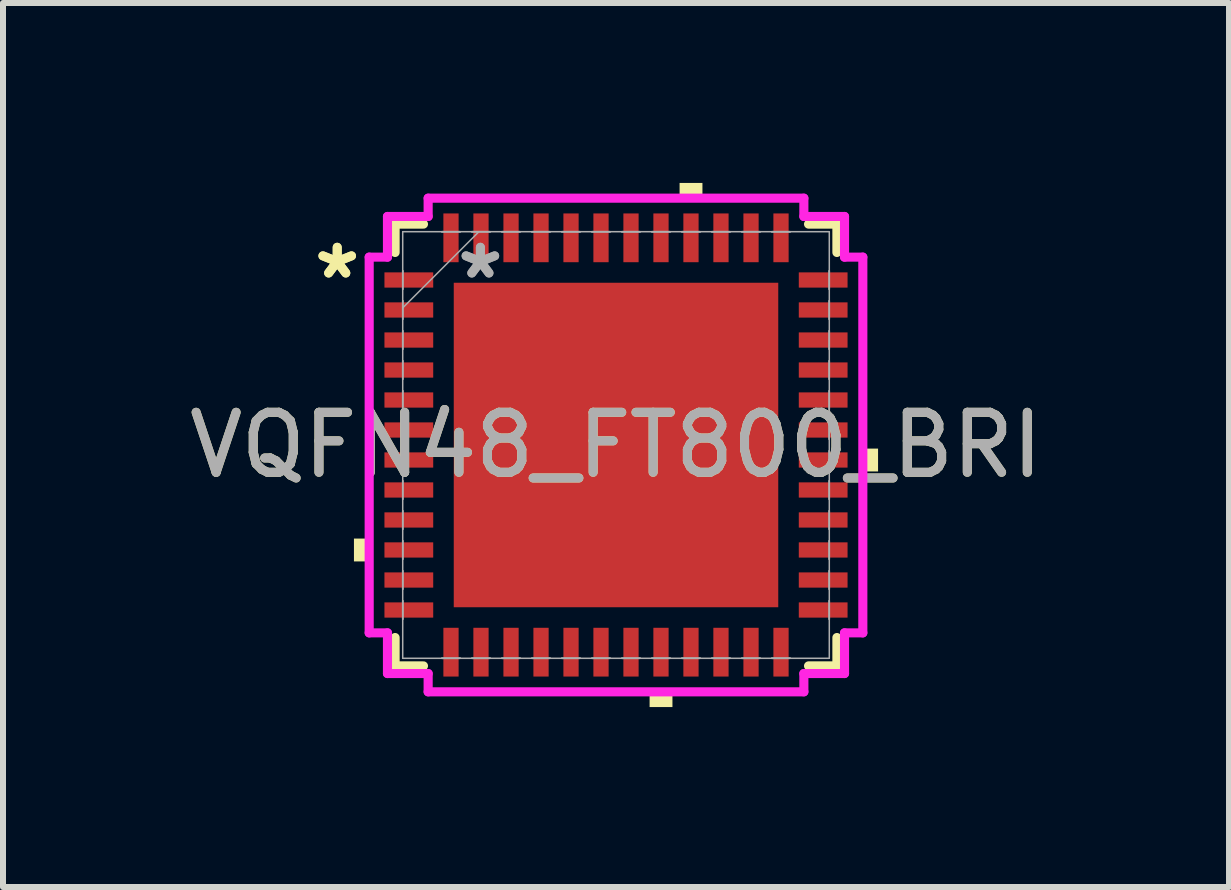
<source format=kicad_pcb>
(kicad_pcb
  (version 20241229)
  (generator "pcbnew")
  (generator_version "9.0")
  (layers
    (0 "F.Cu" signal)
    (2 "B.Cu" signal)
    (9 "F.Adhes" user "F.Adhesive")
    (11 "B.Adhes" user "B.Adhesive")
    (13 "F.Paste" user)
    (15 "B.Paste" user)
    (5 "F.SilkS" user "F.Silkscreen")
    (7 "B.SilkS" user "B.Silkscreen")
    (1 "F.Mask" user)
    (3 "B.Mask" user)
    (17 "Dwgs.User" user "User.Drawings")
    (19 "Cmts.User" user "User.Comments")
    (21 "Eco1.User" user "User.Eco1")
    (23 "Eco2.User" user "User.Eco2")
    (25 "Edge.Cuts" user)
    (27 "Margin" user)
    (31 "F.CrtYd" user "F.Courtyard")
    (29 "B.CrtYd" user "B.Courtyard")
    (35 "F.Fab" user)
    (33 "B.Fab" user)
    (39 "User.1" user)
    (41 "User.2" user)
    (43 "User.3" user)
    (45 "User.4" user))
  (footprint "VQFN48_FT800_BRI"
    (layer "F.Cu")
    (at 7.22 4.369)
    (property "Reference" "VQFN48_FT800_BRI" (at 0 0 0) (unlocked yes) (layer "F.SilkS") (effects (font (size 1 1) (thickness 0.15))))
    (attr smd)
    (fp_line (start -3.683 -3.683) (end -3.683 -3.21) (stroke (width 0.152) (type solid)) (layer "F.SilkS"))
    (fp_line (start -3.683 3.21) (end -3.683 3.683) (stroke (width 0.152) (type solid)) (layer "F.SilkS"))
    (fp_line (start -3.683 3.683) (end -3.21 3.683) (stroke (width 0.152) (type solid)) (layer "F.SilkS"))
    (fp_line (start -3.21 -3.683) (end -3.683 -3.683) (stroke (width 0.152) (type solid)) (layer "F.SilkS"))
    (fp_line (start 3.21 3.683) (end 3.683 3.683) (stroke (width 0.152) (type solid)) (layer "F.SilkS"))
    (fp_line (start 3.683 -3.683) (end 3.21 -3.683) (stroke (width 0.152) (type solid)) (layer "F.SilkS"))
    (fp_line (start 3.683 -3.21) (end 3.683 -3.683) (stroke (width 0.152) (type solid)) (layer "F.SilkS"))
    (fp_line (start 3.683 3.683) (end 3.683 3.21) (stroke (width 0.152) (type solid)) (layer "F.SilkS"))
    (fp_poly (pts (xy -4.369 1.56) (xy -4.369 1.941) (xy -4.115 1.941) (xy -4.115 1.56)) (stroke (width 0) (type solid)) (fill yes) (layer "F.SilkS"))
    (fp_poly (pts (xy 0.56 4.115) (xy 0.56 4.369) (xy 0.941 4.369) (xy 0.941 4.115)) (stroke (width 0) (type solid)) (fill yes) (layer "F.SilkS"))
    (fp_poly (pts (xy 1.06 -4.115) (xy 1.06 -4.369) (xy 1.441 -4.369) (xy 1.441 -4.115)) (stroke (width 0) (type solid)) (fill yes) (layer "F.SilkS"))
    (fp_poly (pts (xy 4.369 0.06) (xy 4.369 0.441) (xy 4.115 0.441) (xy 4.115 0.06)) (stroke (width 0) (type solid)) (fill yes) (layer "F.SilkS"))
    (fp_line (start -4.115 -3.132) (end -3.81 -3.132) (stroke (width 0.152) (type solid)) (layer "F.CrtYd"))
    (fp_line (start -4.115 3.132) (end -4.115 -3.132) (stroke (width 0.152) (type solid)) (layer "F.CrtYd"))
    (fp_line (start -3.81 -3.81) (end -3.132 -3.81) (stroke (width 0.152) (type solid)) (layer "F.CrtYd"))
    (fp_line (start -3.81 -3.132) (end -3.81 -3.81) (stroke (width 0.152) (type solid)) (layer "F.CrtYd"))
    (fp_line (start -3.81 3.132) (end -4.115 3.132) (stroke (width 0.152) (type solid)) (layer "F.CrtYd"))
    (fp_line (start -3.81 3.81) (end -3.81 3.132) (stroke (width 0.152) (type solid)) (layer "F.CrtYd"))
    (fp_line (start -3.132 -4.115) (end 3.132 -4.115) (stroke (width 0.152) (type solid)) (layer "F.CrtYd"))
    (fp_line (start -3.132 -3.81) (end -3.132 -4.115) (stroke (width 0.152) (type solid)) (layer "F.CrtYd"))
    (fp_line (start -3.132 3.81) (end -3.81 3.81) (stroke (width 0.152) (type solid)) (layer "F.CrtYd"))
    (fp_line (start -3.132 4.115) (end -3.132 3.81) (stroke (width 0.152) (type solid)) (layer "F.CrtYd"))
    (fp_line (start 3.132 -4.115) (end 3.132 -3.81) (stroke (width 0.152) (type solid)) (layer "F.CrtYd"))
    (fp_line (start 3.132 -3.81) (end 3.81 -3.81) (stroke (width 0.152) (type solid)) (layer "F.CrtYd"))
    (fp_line (start 3.132 3.81) (end 3.132 4.115) (stroke (width 0.152) (type solid)) (layer "F.CrtYd"))
    (fp_line (start 3.132 4.115) (end -3.132 4.115) (stroke (width 0.152) (type solid)) (layer "F.CrtYd"))
    (fp_line (start 3.81 -3.81) (end 3.81 -3.132) (stroke (width 0.152) (type solid)) (layer "F.CrtYd"))
    (fp_line (start 3.81 -3.132) (end 4.115 -3.132) (stroke (width 0.152) (type solid)) (layer "F.CrtYd"))
    (fp_line (start 3.81 3.132) (end 3.81 3.81) (stroke (width 0.152) (type solid)) (layer "F.CrtYd"))
    (fp_line (start 3.81 3.81) (end 3.132 3.81) (stroke (width 0.152) (type solid)) (layer "F.CrtYd"))
    (fp_line (start 4.115 -3.132) (end 4.115 3.132) (stroke (width 0.152) (type solid)) (layer "F.CrtYd"))
    (fp_line (start 4.115 3.132) (end 3.81 3.132) (stroke (width 0.152) (type solid)) (layer "F.CrtYd"))
    (fp_line (start -3.556 -3.556) (end -3.556 3.556) (stroke (width 0.025) (type solid)) (layer "F.Fab"))
    (fp_line (start -3.556 -2.903) (end -3.556 -2.903) (stroke (width 0.025) (type solid)) (layer "F.Fab"))
    (fp_line (start -3.556 -2.903) (end -3.556 -2.598) (stroke (width 0.025) (type solid)) (layer "F.Fab"))
    (fp_line (start -3.556 -2.598) (end -3.556 -2.903) (stroke (width 0.025) (type solid)) (layer "F.Fab"))
    (fp_line (start -3.556 -2.598) (end -3.556 -2.598) (stroke (width 0.025) (type solid)) (layer "F.Fab"))
    (fp_line (start -3.556 -2.403) (end -3.556 -2.403) (stroke (width 0.025) (type solid)) (layer "F.Fab"))
    (fp_line (start -3.556 -2.403) (end -3.556 -2.098) (stroke (width 0.025) (type solid)) (layer "F.Fab"))
    (fp_line (start -3.556 -2.286) (end -2.286 -3.556) (stroke (width 0.025) (type solid)) (layer "F.Fab"))
    (fp_line (start -3.556 -2.098) (end -3.556 -2.403) (stroke (width 0.025) (type solid)) (layer "F.Fab"))
    (fp_line (start -3.556 -2.098) (end -3.556 -2.098) (stroke (width 0.025) (type solid)) (layer "F.Fab"))
    (fp_line (start -3.556 -1.903) (end -3.556 -1.903) (stroke (width 0.025) (type solid)) (layer "F.Fab"))
    (fp_line (start -3.556 -1.903) (end -3.556 -1.598) (stroke (width 0.025) (type solid)) (layer "F.Fab"))
    (fp_line (start -3.556 -1.598) (end -3.556 -1.903) (stroke (width 0.025) (type solid)) (layer "F.Fab"))
    (fp_line (start -3.556 -1.598) (end -3.556 -1.598) (stroke (width 0.025) (type solid)) (layer "F.Fab"))
    (fp_line (start -3.556 -1.403) (end -3.556 -1.403) (stroke (width 0.025) (type solid)) (layer "F.Fab"))
    (fp_line (start -3.556 -1.403) (end -3.556 -1.098) (stroke (width 0.025) (type solid)) (layer "F.Fab"))
    (fp_line (start -3.556 -1.098) (end -3.556 -1.403) (stroke (width 0.025) (type solid)) (layer "F.Fab"))
    (fp_line (start -3.556 -1.098) (end -3.556 -1.098) (stroke (width 0.025) (type solid)) (layer "F.Fab"))
    (fp_line (start -3.556 -0.903) (end -3.556 -0.903) (stroke (width 0.025) (type solid)) (layer "F.Fab"))
    (fp_line (start -3.556 -0.903) (end -3.556 -0.598) (stroke (width 0.025) (type solid)) (layer "F.Fab"))
    (fp_line (start -3.556 -0.598) (end -3.556 -0.903) (stroke (width 0.025) (type solid)) (layer "F.Fab"))
    (fp_line (start -3.556 -0.598) (end -3.556 -0.598) (stroke (width 0.025) (type solid)) (layer "F.Fab"))
    (fp_line (start -3.556 -0.402) (end -3.556 -0.402) (stroke (width 0.025) (type solid)) (layer "F.Fab"))
    (fp_line (start -3.556 -0.402) (end -3.556 -0.098) (stroke (width 0.025) (type solid)) (layer "F.Fab"))
    (fp_line (start -3.556 -0.098) (end -3.556 -0.402) (stroke (width 0.025) (type solid)) (layer "F.Fab"))
    (fp_line (start -3.556 -0.098) (end -3.556 -0.098) (stroke (width 0.025) (type solid)) (layer "F.Fab"))
    (fp_line (start -3.556 0.098) (end -3.556 0.098) (stroke (width 0.025) (type solid)) (layer "F.Fab"))
    (fp_line (start -3.556 0.098) (end -3.556 0.402) (stroke (width 0.025) (type solid)) (layer "F.Fab"))
    (fp_line (start -3.556 0.402) (end -3.556 0.098) (stroke (width 0.025) (type solid)) (layer "F.Fab"))
    (fp_line (start -3.556 0.402) (end -3.556 0.402) (stroke (width 0.025) (type solid)) (layer "F.Fab"))
    (fp_line (start -3.556 0.598) (end -3.556 0.598) (stroke (width 0.025) (type solid)) (layer "F.Fab"))
    (fp_line (start -3.556 0.598) (end -3.556 0.903) (stroke (width 0.025) (type solid)) (layer "F.Fab"))
    (fp_line (start -3.556 0.903) (end -3.556 0.598) (stroke (width 0.025) (type solid)) (layer "F.Fab"))
    (fp_line (start -3.556 0.903) (end -3.556 0.903) (stroke (width 0.025) (type solid)) (layer "F.Fab"))
    (fp_line (start -3.556 1.098) (end -3.556 1.098) (stroke (width 0.025) (type solid)) (layer "F.Fab"))
    (fp_line (start -3.556 1.098) (end -3.556 1.403) (stroke (width 0.025) (type solid)) (layer "F.Fab"))
    (fp_line (start -3.556 1.403) (end -3.556 1.098) (stroke (width 0.025) (type solid)) (layer "F.Fab"))
    (fp_line (start -3.556 1.403) (end -3.556 1.403) (stroke (width 0.025) (type solid)) (layer "F.Fab"))
    (fp_line (start -3.556 1.598) (end -3.556 1.598) (stroke (width 0.025) (type solid)) (layer "F.Fab"))
    (fp_line (start -3.556 1.598) (end -3.556 1.903) (stroke (width 0.025) (type solid)) (layer "F.Fab"))
    (fp_line (start -3.556 1.903) (end -3.556 1.598) (stroke (width 0.025) (type solid)) (layer "F.Fab"))
    (fp_line (start -3.556 1.903) (end -3.556 1.903) (stroke (width 0.025) (type solid)) (layer "F.Fab"))
    (fp_line (start -3.556 2.098) (end -3.556 2.098) (stroke (width 0.025) (type solid)) (layer "F.Fab"))
    (fp_line (start -3.556 2.098) (end -3.556 2.403) (stroke (width 0.025) (type solid)) (layer "F.Fab"))
    (fp_line (start -3.556 2.403) (end -3.556 2.098) (stroke (width 0.025) (type solid)) (layer "F.Fab"))
    (fp_line (start -3.556 2.403) (end -3.556 2.403) (stroke (width 0.025) (type solid)) (layer "F.Fab"))
    (fp_line (start -3.556 2.598) (end -3.556 2.598) (stroke (width 0.025) (type solid)) (layer "F.Fab"))
    (fp_line (start -3.556 2.598) (end -3.556 2.903) (stroke (width 0.025) (type solid)) (layer "F.Fab"))
    (fp_line (start -3.556 2.903) (end -3.556 2.598) (stroke (width 0.025) (type solid)) (layer "F.Fab"))
    (fp_line (start -3.556 2.903) (end -3.556 2.903) (stroke (width 0.025) (type solid)) (layer "F.Fab"))
    (fp_line (start -3.556 3.556) (end 3.556 3.556) (stroke (width 0.025) (type solid)) (layer "F.Fab"))
    (fp_line (start -2.903 -3.556) (end -2.903 -3.556) (stroke (width 0.025) (type solid)) (layer "F.Fab"))
    (fp_line (start -2.903 -3.556) (end -2.598 -3.556) (stroke (width 0.025) (type solid)) (layer "F.Fab"))
    (fp_line (start -2.903 3.556) (end -2.903 3.556) (stroke (width 0.025) (type solid)) (layer "F.Fab"))
    (fp_line (start -2.903 3.556) (end -2.598 3.556) (stroke (width 0.025) (type solid)) (layer "F.Fab"))
    (fp_line (start -2.598 -3.556) (end -2.903 -3.556) (stroke (width 0.025) (type solid)) (layer "F.Fab"))
    (fp_line (start -2.598 -3.556) (end -2.598 -3.556) (stroke (width 0.025) (type solid)) (layer "F.Fab"))
    (fp_line (start -2.598 3.556) (end -2.903 3.556) (stroke (width 0.025) (type solid)) (layer "F.Fab"))
    (fp_line (start -2.598 3.556) (end -2.598 3.556) (stroke (width 0.025) (type solid)) (layer "F.Fab"))
    (fp_line (start -2.403 -3.556) (end -2.403 -3.556) (stroke (width 0.025) (type solid)) (layer "F.Fab"))
    (fp_line (start -2.403 -3.556) (end -2.098 -3.556) (stroke (width 0.025) (type solid)) (layer "F.Fab"))
    (fp_line (start -2.403 3.556) (end -2.403 3.556) (stroke (width 0.025) (type solid)) (layer "F.Fab"))
    (fp_line (start -2.403 3.556) (end -2.098 3.556) (stroke (width 0.025) (type solid)) (layer "F.Fab"))
    (fp_line (start -2.098 -3.556) (end -2.403 -3.556) (stroke (width 0.025) (type solid)) (layer "F.Fab"))
    (fp_line (start -2.098 -3.556) (end -2.098 -3.556) (stroke (width 0.025) (type solid)) (layer "F.Fab"))
    (fp_line (start -2.098 3.556) (end -2.403 3.556) (stroke (width 0.025) (type solid)) (layer "F.Fab"))
    (fp_line (start -2.098 3.556) (end -2.098 3.556) (stroke (width 0.025) (type solid)) (layer "F.Fab"))
    (fp_line (start -1.903 -3.556) (end -1.903 -3.556) (stroke (width 0.025) (type solid)) (layer "F.Fab"))
    (fp_line (start -1.903 -3.556) (end -1.598 -3.556) (stroke (width 0.025) (type solid)) (layer "F.Fab"))
    (fp_line (start -1.903 3.556) (end -1.903 3.556) (stroke (width 0.025) (type solid)) (layer "F.Fab"))
    (fp_line (start -1.903 3.556) (end -1.598 3.556) (stroke (width 0.025) (type solid)) (layer "F.Fab"))
    (fp_line (start -1.598 -3.556) (end -1.903 -3.556) (stroke (width 0.025) (type solid)) (layer "F.Fab"))
    (fp_line (start -1.598 -3.556) (end -1.598 -3.556) (stroke (width 0.025) (type solid)) (layer "F.Fab"))
    (fp_line (start -1.598 3.556) (end -1.903 3.556) (stroke (width 0.025) (type solid)) (layer "F.Fab"))
    (fp_line (start -1.598 3.556) (end -1.598 3.556) (stroke (width 0.025) (type solid)) (layer "F.Fab"))
    (fp_line (start -1.403 -3.556) (end -1.403 -3.556) (stroke (width 0.025) (type solid)) (layer "F.Fab"))
    (fp_line (start -1.403 -3.556) (end -1.098 -3.556) (stroke (width 0.025) (type solid)) (layer "F.Fab"))
    (fp_line (start -1.403 3.556) (end -1.403 3.556) (stroke (width 0.025) (type solid)) (layer "F.Fab"))
    (fp_line (start -1.403 3.556) (end -1.098 3.556) (stroke (width 0.025) (type solid)) (layer "F.Fab"))
    (fp_line (start -1.098 -3.556) (end -1.403 -3.556) (stroke (width 0.025) (type solid)) (layer "F.Fab"))
    (fp_line (start -1.098 -3.556) (end -1.098 -3.556) (stroke (width 0.025) (type solid)) (layer "F.Fab"))
    (fp_line (start -1.098 3.556) (end -1.403 3.556) (stroke (width 0.025) (type solid)) (layer "F.Fab"))
    (fp_line (start -1.098 3.556) (end -1.098 3.556) (stroke (width 0.025) (type solid)) (layer "F.Fab"))
    (fp_line (start -0.903 -3.556) (end -0.903 -3.556) (stroke (width 0.025) (type solid)) (layer "F.Fab"))
    (fp_line (start -0.903 -3.556) (end -0.598 -3.556) (stroke (width 0.025) (type solid)) (layer "F.Fab"))
    (fp_line (start -0.903 3.556) (end -0.903 3.556) (stroke (width 0.025) (type solid)) (layer "F.Fab"))
    (fp_line (start -0.903 3.556) (end -0.598 3.556) (stroke (width 0.025) (type solid)) (layer "F.Fab"))
    (fp_line (start -0.598 -3.556) (end -0.903 -3.556) (stroke (width 0.025) (type solid)) (layer "F.Fab"))
    (fp_line (start -0.598 -3.556) (end -0.598 -3.556) (stroke (width 0.025) (type solid)) (layer "F.Fab"))
    (fp_line (start -0.598 3.556) (end -0.903 3.556) (stroke (width 0.025) (type solid)) (layer "F.Fab"))
    (fp_line (start -0.598 3.556) (end -0.598 3.556) (stroke (width 0.025) (type solid)) (layer "F.Fab"))
    (fp_line (start -0.402 -3.556) (end -0.402 -3.556) (stroke (width 0.025) (type solid)) (layer "F.Fab"))
    (fp_line (start -0.402 -3.556) (end -0.098 -3.556) (stroke (width 0.025) (type solid)) (layer "F.Fab"))
    (fp_line (start -0.402 3.556) (end -0.402 3.556) (stroke (width 0.025) (type solid)) (layer "F.Fab"))
    (fp_line (start -0.402 3.556) (end -0.098 3.556) (stroke (width 0.025) (type solid)) (layer "F.Fab"))
    (fp_line (start -0.098 -3.556) (end -0.402 -3.556) (stroke (width 0.025) (type solid)) (layer "F.Fab"))
    (fp_line (start -0.098 -3.556) (end -0.098 -3.556) (stroke (width 0.025) (type solid)) (layer "F.Fab"))
    (fp_line (start -0.098 3.556) (end -0.402 3.556) (stroke (width 0.025) (type solid)) (layer "F.Fab"))
    (fp_line (start -0.098 3.556) (end -0.098 3.556) (stroke (width 0.025) (type solid)) (layer "F.Fab"))
    (fp_line (start 0.098 -3.556) (end 0.098 -3.556) (stroke (width 0.025) (type solid)) (layer "F.Fab"))
    (fp_line (start 0.098 -3.556) (end 0.402 -3.556) (stroke (width 0.025) (type solid)) (layer "F.Fab"))
    (fp_line (start 0.098 3.556) (end 0.098 3.556) (stroke (width 0.025) (type solid)) (layer "F.Fab"))
    (fp_line (start 0.098 3.556) (end 0.402 3.556) (stroke (width 0.025) (type solid)) (layer "F.Fab"))
    (fp_line (start 0.402 -3.556) (end 0.098 -3.556) (stroke (width 0.025) (type solid)) (layer "F.Fab"))
    (fp_line (start 0.402 -3.556) (end 0.402 -3.556) (stroke (width 0.025) (type solid)) (layer "F.Fab"))
    (fp_line (start 0.402 3.556) (end 0.098 3.556) (stroke (width 0.025) (type solid)) (layer "F.Fab"))
    (fp_line (start 0.402 3.556) (end 0.402 3.556) (stroke (width 0.025) (type solid)) (layer "F.Fab"))
    (fp_line (start 0.598 -3.556) (end 0.598 -3.556) (stroke (width 0.025) (type solid)) (layer "F.Fab"))
    (fp_line (start 0.598 -3.556) (end 0.903 -3.556) (stroke (width 0.025) (type solid)) (layer "F.Fab"))
    (fp_line (start 0.598 3.556) (end 0.598 3.556) (stroke (width 0.025) (type solid)) (layer "F.Fab"))
    (fp_line (start 0.598 3.556) (end 0.903 3.556) (stroke (width 0.025) (type solid)) (layer "F.Fab"))
    (fp_line (start 0.903 -3.556) (end 0.598 -3.556) (stroke (width 0.025) (type solid)) (layer "F.Fab"))
    (fp_line (start 0.903 -3.556) (end 0.903 -3.556) (stroke (width 0.025) (type solid)) (layer "F.Fab"))
    (fp_line (start 0.903 3.556) (end 0.598 3.556) (stroke (width 0.025) (type solid)) (layer "F.Fab"))
    (fp_line (start 0.903 3.556) (end 0.903 3.556) (stroke (width 0.025) (type solid)) (layer "F.Fab"))
    (fp_line (start 1.098 -3.556) (end 1.098 -3.556) (stroke (width 0.025) (type solid)) (layer "F.Fab"))
    (fp_line (start 1.098 -3.556) (end 1.403 -3.556) (stroke (width 0.025) (type solid)) (layer "F.Fab"))
    (fp_line (start 1.098 3.556) (end 1.098 3.556) (stroke (width 0.025) (type solid)) (layer "F.Fab"))
    (fp_line (start 1.098 3.556) (end 1.403 3.556) (stroke (width 0.025) (type solid)) (layer "F.Fab"))
    (fp_line (start 1.403 -3.556) (end 1.098 -3.556) (stroke (width 0.025) (type solid)) (layer "F.Fab"))
    (fp_line (start 1.403 -3.556) (end 1.403 -3.556) (stroke (width 0.025) (type solid)) (layer "F.Fab"))
    (fp_line (start 1.403 3.556) (end 1.098 3.556) (stroke (width 0.025) (type solid)) (layer "F.Fab"))
    (fp_line (start 1.403 3.556) (end 1.403 3.556) (stroke (width 0.025) (type solid)) (layer "F.Fab"))
    (fp_line (start 1.598 -3.556) (end 1.598 -3.556) (stroke (width 0.025) (type solid)) (layer "F.Fab"))
    (fp_line (start 1.598 -3.556) (end 1.903 -3.556) (stroke (width 0.025) (type solid)) (layer "F.Fab"))
    (fp_line (start 1.598 3.556) (end 1.598 3.556) (stroke (width 0.025) (type solid)) (layer "F.Fab"))
    (fp_line (start 1.598 3.556) (end 1.903 3.556) (stroke (width 0.025) (type solid)) (layer "F.Fab"))
    (fp_line (start 1.903 -3.556) (end 1.598 -3.556) (stroke (width 0.025) (type solid)) (layer "F.Fab"))
    (fp_line (start 1.903 -3.556) (end 1.903 -3.556) (stroke (width 0.025) (type solid)) (layer "F.Fab"))
    (fp_line (start 1.903 3.556) (end 1.598 3.556) (stroke (width 0.025) (type solid)) (layer "F.Fab"))
    (fp_line (start 1.903 3.556) (end 1.903 3.556) (stroke (width 0.025) (type solid)) (layer "F.Fab"))
    (fp_line (start 2.098 -3.556) (end 2.098 -3.556) (stroke (width 0.025) (type solid)) (layer "F.Fab"))
    (fp_line (start 2.098 -3.556) (end 2.403 -3.556) (stroke (width 0.025) (type solid)) (layer "F.Fab"))
    (fp_line (start 2.098 3.556) (end 2.098 3.556) (stroke (width 0.025) (type solid)) (layer "F.Fab"))
    (fp_line (start 2.098 3.556) (end 2.403 3.556) (stroke (width 0.025) (type solid)) (layer "F.Fab"))
    (fp_line (start 2.403 -3.556) (end 2.098 -3.556) (stroke (width 0.025) (type solid)) (layer "F.Fab"))
    (fp_line (start 2.403 -3.556) (end 2.403 -3.556) (stroke (width 0.025) (type solid)) (layer "F.Fab"))
    (fp_line (start 2.403 3.556) (end 2.098 3.556) (stroke (width 0.025) (type solid)) (layer "F.Fab"))
    (fp_line (start 2.403 3.556) (end 2.403 3.556) (stroke (width 0.025) (type solid)) (layer "F.Fab"))
    (fp_line (start 2.598 -3.556) (end 2.598 -3.556) (stroke (width 0.025) (type solid)) (layer "F.Fab"))
    (fp_line (start 2.598 -3.556) (end 2.903 -3.556) (stroke (width 0.025) (type solid)) (layer "F.Fab"))
    (fp_line (start 2.598 3.556) (end 2.598 3.556) (stroke (width 0.025) (type solid)) (layer "F.Fab"))
    (fp_line (start 2.598 3.556) (end 2.903 3.556) (stroke (width 0.025) (type solid)) (layer "F.Fab"))
    (fp_line (start 2.903 -3.556) (end 2.598 -3.556) (stroke (width 0.025) (type solid)) (layer "F.Fab"))
    (fp_line (start 2.903 -3.556) (end 2.903 -3.556) (stroke (width 0.025) (type solid)) (layer "F.Fab"))
    (fp_line (start 2.903 3.556) (end 2.598 3.556) (stroke (width 0.025) (type solid)) (layer "F.Fab"))
    (fp_line (start 2.903 3.556) (end 2.903 3.556) (stroke (width 0.025) (type solid)) (layer "F.Fab"))
    (fp_line (start 3.556 -3.556) (end -3.556 -3.556) (stroke (width 0.025) (type solid)) (layer "F.Fab"))
    (fp_line (start 3.556 -2.903) (end 3.556 -2.903) (stroke (width 0.025) (type solid)) (layer "F.Fab"))
    (fp_line (start 3.556 -2.903) (end 3.556 -2.598) (stroke (width 0.025) (type solid)) (layer "F.Fab"))
    (fp_line (start 3.556 -2.598) (end 3.556 -2.903) (stroke (width 0.025) (type solid)) (layer "F.Fab"))
    (fp_line (start 3.556 -2.598) (end 3.556 -2.598) (stroke (width 0.025) (type solid)) (layer "F.Fab"))
    (fp_line (start 3.556 -2.403) (end 3.556 -2.403) (stroke (width 0.025) (type solid)) (layer "F.Fab"))
    (fp_line (start 3.556 -2.403) (end 3.556 -2.098) (stroke (width 0.025) (type solid)) (layer "F.Fab"))
    (fp_line (start 3.556 -2.098) (end 3.556 -2.403) (stroke (width 0.025) (type solid)) (layer "F.Fab"))
    (fp_line (start 3.556 -2.098) (end 3.556 -2.098) (stroke (width 0.025) (type solid)) (layer "F.Fab"))
    (fp_line (start 3.556 -1.903) (end 3.556 -1.903) (stroke (width 0.025) (type solid)) (layer "F.Fab"))
    (fp_line (start 3.556 -1.903) (end 3.556 -1.598) (stroke (width 0.025) (type solid)) (layer "F.Fab"))
    (fp_line (start 3.556 -1.598) (end 3.556 -1.903) (stroke (width 0.025) (type solid)) (layer "F.Fab"))
    (fp_line (start 3.556 -1.598) (end 3.556 -1.598) (stroke (width 0.025) (type solid)) (layer "F.Fab"))
    (fp_line (start 3.556 -1.403) (end 3.556 -1.403) (stroke (width 0.025) (type solid)) (layer "F.Fab"))
    (fp_line (start 3.556 -1.403) (end 3.556 -1.098) (stroke (width 0.025) (type solid)) (layer "F.Fab"))
    (fp_line (start 3.556 -1.098) (end 3.556 -1.403) (stroke (width 0.025) (type solid)) (layer "F.Fab"))
    (fp_line (start 3.556 -1.098) (end 3.556 -1.098) (stroke (width 0.025) (type solid)) (layer "F.Fab"))
    (fp_line (start 3.556 -0.903) (end 3.556 -0.903) (stroke (width 0.025) (type solid)) (layer "F.Fab"))
    (fp_line (start 3.556 -0.903) (end 3.556 -0.598) (stroke (width 0.025) (type solid)) (layer "F.Fab"))
    (fp_line (start 3.556 -0.598) (end 3.556 -0.903) (stroke (width 0.025) (type solid)) (layer "F.Fab"))
    (fp_line (start 3.556 -0.598) (end 3.556 -0.598) (stroke (width 0.025) (type solid)) (layer "F.Fab"))
    (fp_line (start 3.556 -0.402) (end 3.556 -0.402) (stroke (width 0.025) (type solid)) (layer "F.Fab"))
    (fp_line (start 3.556 -0.402) (end 3.556 -0.098) (stroke (width 0.025) (type solid)) (layer "F.Fab"))
    (fp_line (start 3.556 -0.098) (end 3.556 -0.402) (stroke (width 0.025) (type solid)) (layer "F.Fab"))
    (fp_line (start 3.556 -0.098) (end 3.556 -0.098) (stroke (width 0.025) (type solid)) (layer "F.Fab"))
    (fp_line (start 3.556 0.098) (end 3.556 0.098) (stroke (width 0.025) (type solid)) (layer "F.Fab"))
    (fp_line (start 3.556 0.098) (end 3.556 0.402) (stroke (width 0.025) (type solid)) (layer "F.Fab"))
    (fp_line (start 3.556 0.402) (end 3.556 0.098) (stroke (width 0.025) (type solid)) (layer "F.Fab"))
    (fp_line (start 3.556 0.402) (end 3.556 0.402) (stroke (width 0.025) (type solid)) (layer "F.Fab"))
    (fp_line (start 3.556 0.598) (end 3.556 0.598) (stroke (width 0.025) (type solid)) (layer "F.Fab"))
    (fp_line (start 3.556 0.598) (end 3.556 0.903) (stroke (width 0.025) (type solid)) (layer "F.Fab"))
    (fp_line (start 3.556 0.903) (end 3.556 0.598) (stroke (width 0.025) (type solid)) (layer "F.Fab"))
    (fp_line (start 3.556 0.903) (end 3.556 0.903) (stroke (width 0.025) (type solid)) (layer "F.Fab"))
    (fp_line (start 3.556 1.098) (end 3.556 1.098) (stroke (width 0.025) (type solid)) (layer "F.Fab"))
    (fp_line (start 3.556 1.098) (end 3.556 1.403) (stroke (width 0.025) (type solid)) (layer "F.Fab"))
    (fp_line (start 3.556 1.403) (end 3.556 1.098) (stroke (width 0.025) (type solid)) (layer "F.Fab"))
    (fp_line (start 3.556 1.403) (end 3.556 1.403) (stroke (width 0.025) (type solid)) (layer "F.Fab"))
    (fp_line (start 3.556 1.598) (end 3.556 1.598) (stroke (width 0.025) (type solid)) (layer "F.Fab"))
    (fp_line (start 3.556 1.598) (end 3.556 1.903) (stroke (width 0.025) (type solid)) (layer "F.Fab"))
    (fp_line (start 3.556 1.903) (end 3.556 1.598) (stroke (width 0.025) (type solid)) (layer "F.Fab"))
    (fp_line (start 3.556 1.903) (end 3.556 1.903) (stroke (width 0.025) (type solid)) (layer "F.Fab"))
    (fp_line (start 3.556 2.098) (end 3.556 2.098) (stroke (width 0.025) (type solid)) (layer "F.Fab"))
    (fp_line (start 3.556 2.098) (end 3.556 2.403) (stroke (width 0.025) (type solid)) (layer "F.Fab"))
    (fp_line (start 3.556 2.403) (end 3.556 2.098) (stroke (width 0.025) (type solid)) (layer "F.Fab"))
    (fp_line (start 3.556 2.403) (end 3.556 2.403) (stroke (width 0.025) (type solid)) (layer "F.Fab"))
    (fp_line (start 3.556 2.598) (end 3.556 2.598) (stroke (width 0.025) (type solid)) (layer "F.Fab"))
    (fp_line (start 3.556 2.598) (end 3.556 2.903) (stroke (width 0.025) (type solid)) (layer "F.Fab"))
    (fp_line (start 3.556 2.903) (end 3.556 2.598) (stroke (width 0.025) (type solid)) (layer "F.Fab"))
    (fp_line (start 3.556 2.903) (end 3.556 2.903) (stroke (width 0.025) (type solid)) (layer "F.Fab"))
    (fp_line (start 3.556 3.556) (end 3.556 -3.556) (stroke (width 0.025) (type solid)) (layer "F.Fab"))
    (fp_text user "*" (at -4.648 -2.751 0) (layer "F.SilkS") (effects (font (size 1 1) (thickness 0.15))))
    (fp_text user "*" (at -4.648 -2.751 0) (unlocked yes) (layer "F.SilkS") (effects (font (size 1 1) (thickness 0.15))))
    (fp_text user "*" (at -2.261 -2.751 0) (unlocked yes) (layer "F.Fab") (effects (font (size 1 1) (thickness 0.15))))
    (fp_text user "*" (at -2.261 -2.751 0) (layer "F.Fab") (effects (font (size 1 1) (thickness 0.15))))
    (fp_text user "${REFERENCE}" (at 0 0 0) (unlocked yes) (layer "F.Fab") (effects (font (size 1 1) (thickness 0.15))))
    (pad "1" smd rect (at -3.454 -2.751 90) (size 0.254 0.813) (layers "F.Cu" "F.Mask" "F.Paste"))
    (pad "2" smd rect (at -3.454 -2.251 90) (size 0.254 0.813) (layers "F.Cu" "F.Mask" "F.Paste"))
    (pad "3" smd rect (at -3.454 -1.75 90) (size 0.254 0.813) (layers "F.Cu" "F.Mask" "F.Paste"))
    (pad "4" smd rect (at -3.454 -1.25 90) (size 0.254 0.813) (layers "F.Cu" "F.Mask" "F.Paste"))
    (pad "5" smd rect (at -3.454 -0.75 90) (size 0.254 0.813) (layers "F.Cu" "F.Mask" "F.Paste"))
    (pad "6" smd rect (at -3.454 -0.25 90) (size 0.254 0.813) (layers "F.Cu" "F.Mask" "F.Paste"))
    (pad "7" smd rect (at -3.454 0.25 90) (size 0.254 0.813) (layers "F.Cu" "F.Mask" "F.Paste"))
    (pad "8" smd rect (at -3.454 0.75 90) (size 0.254 0.813) (layers "F.Cu" "F.Mask" "F.Paste"))
    (pad "9" smd rect (at -3.454 1.25 90) (size 0.254 0.813) (layers "F.Cu" "F.Mask" "F.Paste"))
    (pad "10" smd rect (at -3.454 1.75 90) (size 0.254 0.813) (layers "F.Cu" "F.Mask" "F.Paste"))
    (pad "11" smd rect (at -3.454 2.251 90) (size 0.254 0.813) (layers "F.Cu" "F.Mask" "F.Paste"))
    (pad "12" smd rect (at -3.454 2.751 90) (size 0.254 0.813) (layers "F.Cu" "F.Mask" "F.Paste"))
    (pad "13" smd rect (at -2.751 3.454) (size 0.254 0.813) (layers "F.Cu" "F.Mask" "F.Paste"))
    (pad "14" smd rect (at -2.251 3.454) (size 0.254 0.813) (layers "F.Cu" "F.Mask" "F.Paste"))
    (pad "15" smd rect (at -1.75 3.454) (size 0.254 0.813) (layers "F.Cu" "F.Mask" "F.Paste"))
    (pad "16" smd rect (at -1.25 3.454) (size 0.254 0.813) (layers "F.Cu" "F.Mask" "F.Paste"))
    (pad "17" smd rect (at -0.75 3.454) (size 0.254 0.813) (layers "F.Cu" "F.Mask" "F.Paste"))
    (pad "18" smd rect (at -0.25 3.454) (size 0.254 0.813) (layers "F.Cu" "F.Mask" "F.Paste"))
    (pad "19" smd rect (at 0.25 3.454) (size 0.254 0.813) (layers "F.Cu" "F.Mask" "F.Paste"))
    (pad "20" smd rect (at 0.75 3.454) (size 0.254 0.813) (layers "F.Cu" "F.Mask" "F.Paste"))
    (pad "21" smd rect (at 1.25 3.454) (size 0.254 0.813) (layers "F.Cu" "F.Mask" "F.Paste"))
    (pad "22" smd rect (at 1.75 3.454) (size 0.254 0.813) (layers "F.Cu" "F.Mask" "F.Paste"))
    (pad "23" smd rect (at 2.251 3.454) (size 0.254 0.813) (layers "F.Cu" "F.Mask" "F.Paste"))
    (pad "24" smd rect (at 2.751 3.454) (size 0.254 0.813) (layers "F.Cu" "F.Mask" "F.Paste"))
    (pad "25" smd rect (at 3.454 2.751 90) (size 0.254 0.813) (layers "F.Cu" "F.Mask" "F.Paste"))
    (pad "26" smd rect (at 3.454 2.251 90) (size 0.254 0.813) (layers "F.Cu" "F.Mask" "F.Paste"))
    (pad "27" smd rect (at 3.454 1.75 90) (size 0.254 0.813) (layers "F.Cu" "F.Mask" "F.Paste"))
    (pad "28" smd rect (at 3.454 1.25 90) (size 0.254 0.813) (layers "F.Cu" "F.Mask" "F.Paste"))
    (pad "29" smd rect (at 3.454 0.75 90) (size 0.254 0.813) (layers "F.Cu" "F.Mask" "F.Paste"))
    (pad "30" smd rect (at 3.454 0.25 90) (size 0.254 0.813) (layers "F.Cu" "F.Mask" "F.Paste"))
    (pad "31" smd rect (at 3.454 -0.25 90) (size 0.254 0.813) (layers "F.Cu" "F.Mask" "F.Paste"))
    (pad "32" smd rect (at 3.454 -0.75 90) (size 0.254 0.813) (layers "F.Cu" "F.Mask" "F.Paste"))
    (pad "33" smd rect (at 3.454 -1.25 90) (size 0.254 0.813) (layers "F.Cu" "F.Mask" "F.Paste"))
    (pad "34" smd rect (at 3.454 -1.75 90) (size 0.254 0.813) (layers "F.Cu" "F.Mask" "F.Paste"))
    (pad "35" smd rect (at 3.454 -2.251 90) (size 0.254 0.813) (layers "F.Cu" "F.Mask" "F.Paste"))
    (pad "36" smd rect (at 3.454 -2.751 90) (size 0.254 0.813) (layers "F.Cu" "F.Mask" "F.Paste"))
    (pad "37" smd rect (at 2.751 -3.454) (size 0.254 0.813) (layers "F.Cu" "F.Mask" "F.Paste"))
    (pad "38" smd rect (at 2.251 -3.454) (size 0.254 0.813) (layers "F.Cu" "F.Mask" "F.Paste"))
    (pad "39" smd rect (at 1.75 -3.454) (size 0.254 0.813) (layers "F.Cu" "F.Mask" "F.Paste"))
    (pad "40" smd rect (at 1.25 -3.454) (size 0.254 0.813) (layers "F.Cu" "F.Mask" "F.Paste"))
    (pad "41" smd rect (at 0.75 -3.454) (size 0.254 0.813) (layers "F.Cu" "F.Mask" "F.Paste"))
    (pad "42" smd rect (at 0.25 -3.454) (size 0.254 0.813) (layers "F.Cu" "F.Mask" "F.Paste"))
    (pad "43" smd rect (at -0.25 -3.454) (size 0.254 0.813) (layers "F.Cu" "F.Mask" "F.Paste"))
    (pad "44" smd rect (at -0.75 -3.454) (size 0.254 0.813) (layers "F.Cu" "F.Mask" "F.Paste"))
    (pad "45" smd rect (at -1.25 -3.454) (size 0.254 0.813) (layers "F.Cu" "F.Mask" "F.Paste"))
    (pad "46" smd rect (at -1.75 -3.454) (size 0.254 0.813) (layers "F.Cu" "F.Mask" "F.Paste"))
    (pad "47" smd rect (at -2.251 -3.454) (size 0.254 0.813) (layers "F.Cu" "F.Mask" "F.Paste"))
    (pad "48" smd rect (at -2.751 -3.454) (size 0.254 0.813) (layers "F.Cu" "F.Mask" "F.Paste"))
    (pad "49" smd rect (at 0 0) (size 5.41 5.41) (layers "F.Cu" "F.Mask" "F.Paste")))
  (gr_rect
    (start -3 -3)
    (end 17.44 11.738)
    (stroke (width 0.1) (type default))
    (fill no)
    (layer "Edge.Cuts")))
</source>
